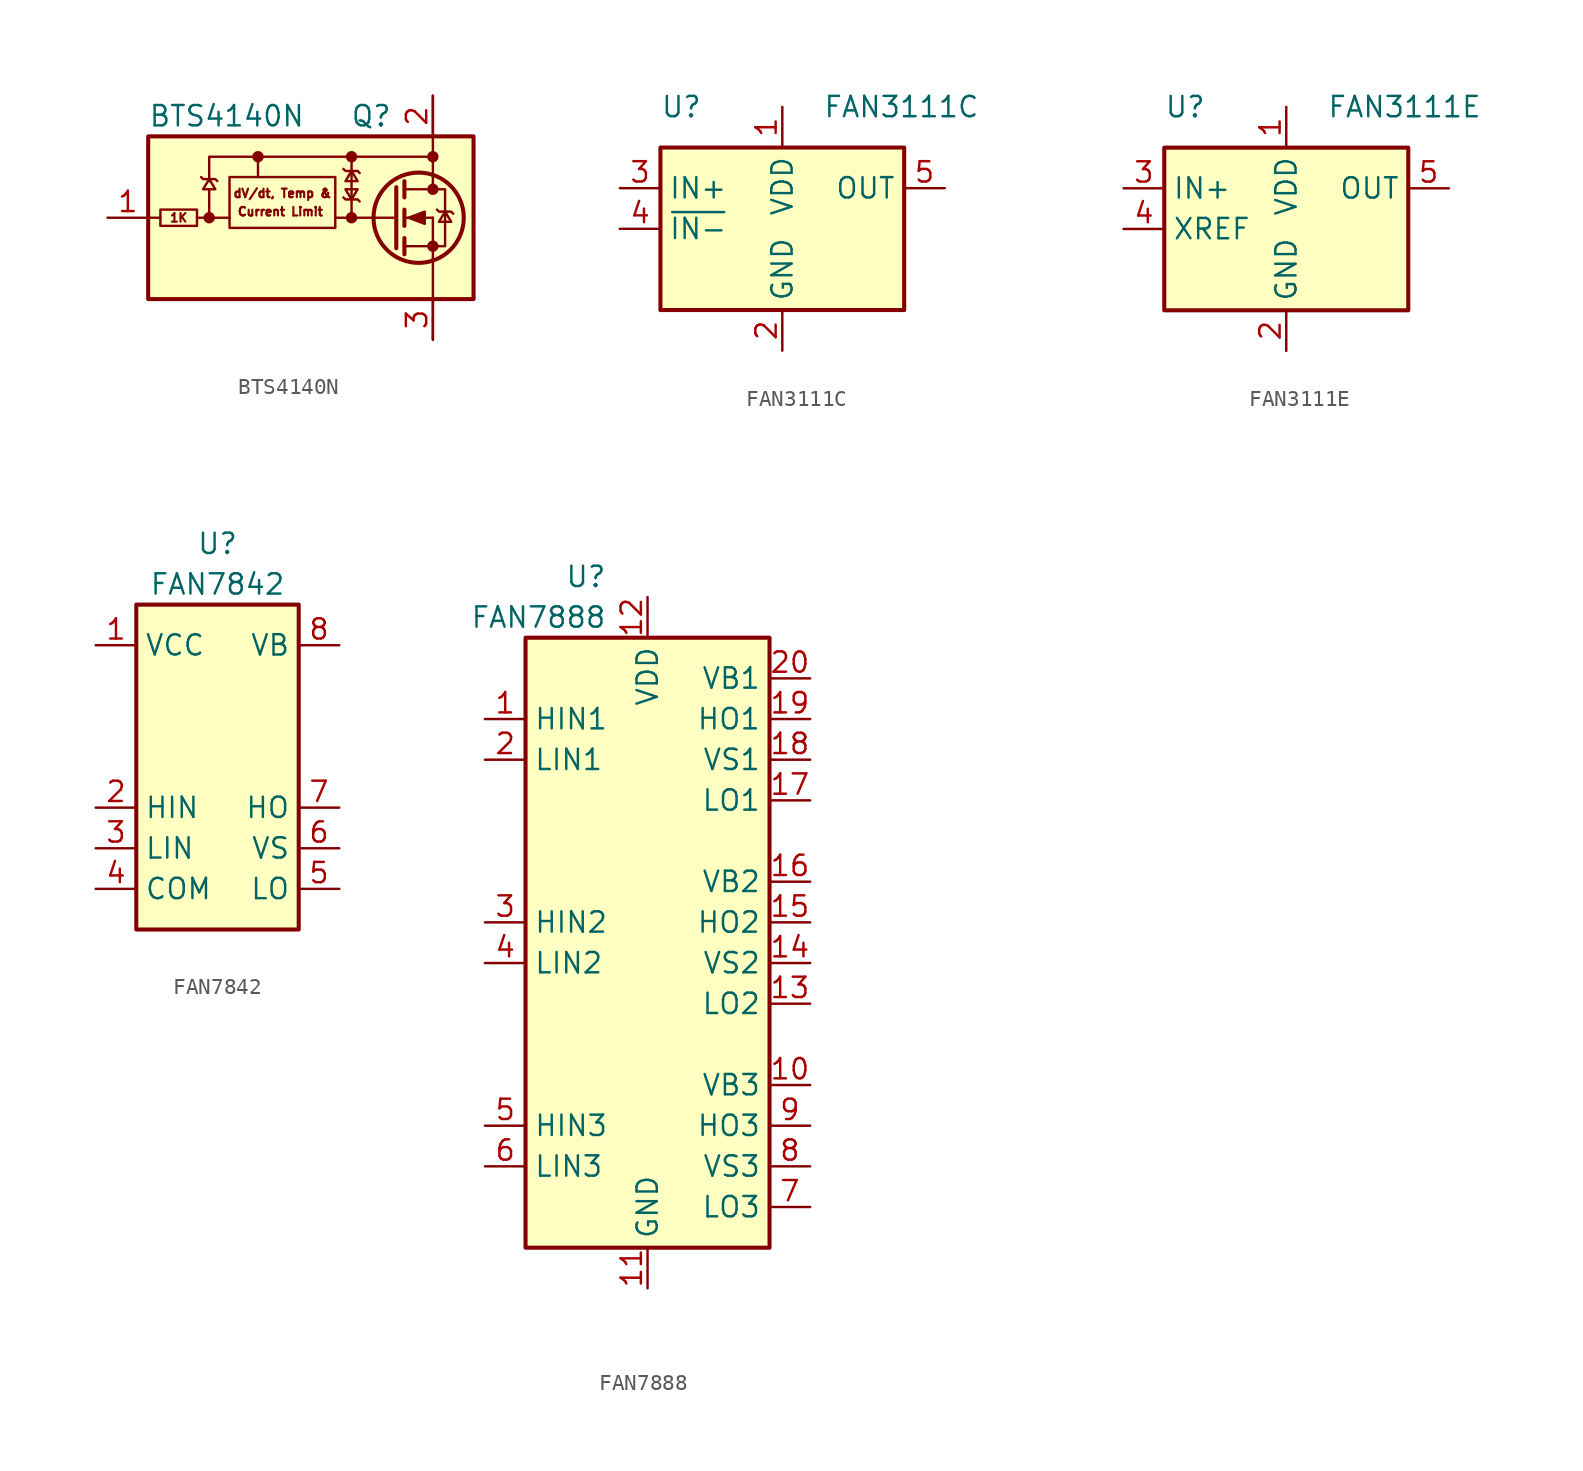
<source format=kicad_sym>
(kicad_symbol_lib
  (version 20231120)
  (generator "kicad_symbol_editor")
  (generator_version "8.0")
  (symbol "BTS4140N"
    (pin_names
      (offset 0) hide)
    (property "Reference" "Q"
      (at 5.08 6.35 0)
      (effects (font (size 1.27 1.27)) (justify right)))
    (property "Value" "BTS4140N"
      (at -10.16 6.35 0)
      (effects (font (size 1.27 1.27)) (justify left)))
    (symbol "BTS4140N_0_0"
      (polyline (pts (xy 7.62 -2.54) (xy 7.62 -7.62)) (stroke (width 0) (type default)) (fill (type none)))
      (polyline (pts (xy 7.62 2.54) (xy 7.62 7.62)) (stroke (width 0) (type default)) (fill (type none)))
      (polyline (pts (xy 2.54 0) (xy 2.54 3.81) (xy 7.62 3.81)) (stroke (width 0) (type default)) (fill (type none))))
    (symbol "BTS4140N_0_1"
      (rectangle (start -9.398 0.508) (end -7.112 -0.508) (stroke (width 0) (type default)) (fill (type none)))
      (polyline (pts (xy -9.398 0) (xy -10.16 0)) (stroke (width 0) (type default)) (fill (type none)))
      (polyline (pts (xy -7.112 0) (xy -5.08 0)) (stroke (width 0) (type default)) (fill (type none)))
      (polyline (pts (xy -6.35 0) (xy -6.35 1.778)) (stroke (width 0) (type default)) (fill (type none)))
      (polyline (pts (xy -3.302 3.81) (xy -3.302 2.54)) (stroke (width 0) (type default)) (fill (type none)))
      (polyline (pts (xy -6.35 2.286) (xy -6.35 3.81) (xy 2.54 3.81)) (stroke (width 0) (type default)) (fill (type none))))
    (symbol "BTS4140N_1_0"
      (rectangle (start -10.16 5.08) (end 10.16 -5.08) (stroke (width 0.254) (type default)) (fill (type background))))
    (symbol "BTS4140N_1_1"
      (circle (center -6.35 0) (radius 0.279) (stroke (width 0) (type default)) (fill (type outline)))
      (rectangle (start -5.08 2.54) (end 1.524 -0.635) (stroke (width 0) (type default)) (fill (type none)))
      (circle (center -3.302 3.81) (radius 0.279) (stroke (width 0) (type default)) (fill (type outline)))
      (polyline (pts (xy 2.54 0) (xy 1.524 0)) (stroke (width 0) (type default)) (fill (type none)))
      (polyline (pts (xy 2.54 0) (xy 5.334 0)) (stroke (width 0) (type default)) (fill (type none)))
      (polyline (pts (xy 5.842 -1.778) (xy 7.62 -1.778)) (stroke (width 0) (type default)) (fill (type none)))
      (polyline (pts (xy 5.842 -1.27) (xy 5.842 -2.286)) (stroke (width 0.254) (type default)) (fill (type none)))
      (polyline (pts (xy 5.842 0) (xy 7.62 0)) (stroke (width 0) (type default)) (fill (type none)))
      (polyline (pts (xy 5.842 0.508) (xy 5.842 -0.508)) (stroke (width 0.254) (type default)) (fill (type none)))
      (polyline (pts (xy 5.842 1.778) (xy 7.62 1.778)) (stroke (width 0) (type default)) (fill (type none)))
      (polyline (pts (xy 5.842 2.286) (xy 5.842 1.27)) (stroke (width 0.254) (type default)) (fill (type none)))
      (polyline (pts (xy 7.62 -1.778) (xy 7.62 -2.54)) (stroke (width 0) (type default)) (fill (type none)))
      (polyline (pts (xy 7.62 -1.778) (xy 7.62 0)) (stroke (width 0) (type default)) (fill (type none)))
      (polyline (pts (xy 7.62 2.54) (xy 7.62 1.778)) (stroke (width 0) (type default)) (fill (type none)))
      (polyline (pts (xy 5.334 1.905) (xy 5.334 -1.905) (xy 5.334 -1.905)) (stroke (width 0.254) (type default)) (fill (type none)))
      (polyline (pts (xy -6.858 2.54) (xy -6.731 2.413) (xy -5.969 2.413) (xy -5.842 2.286)) (stroke (width 0) (type default)) (fill (type none)))
      (polyline (pts (xy -6.35 2.413) (xy -6.731 1.778) (xy -5.969 1.778) (xy -6.35 2.413)) (stroke (width 0) (type default)) (fill (type none)))
      (polyline (pts (xy 2.032 3.048) (xy 2.159 2.921) (xy 2.921 2.921) (xy 3.048 2.794)) (stroke (width 0) (type default)) (fill (type none)))
      (polyline (pts (xy 2.54 1.143) (xy 2.921 1.778) (xy 2.159 1.778) (xy 2.54 1.143)) (stroke (width 0) (type default)) (fill (type none)))
      (polyline (pts (xy 2.54 2.921) (xy 2.159 2.286) (xy 2.921 2.286) (xy 2.54 2.921)) (stroke (width 0) (type default)) (fill (type none)))
      (polyline (pts (xy 3.048 1.016) (xy 2.921 1.143) (xy 2.159 1.143) (xy 2.032 1.27)) (stroke (width 0) (type default)) (fill (type none)))
      (polyline (pts (xy 6.096 0) (xy 7.112 0.381) (xy 7.112 -0.381) (xy 6.096 0)) (stroke (width 0) (type default)) (fill (type outline)))
      (polyline (pts (xy 7.62 -1.778) (xy 8.382 -1.778) (xy 8.382 1.778) (xy 7.62 1.778)) (stroke (width 0) (type default)) (fill (type none)))
      (polyline (pts (xy 7.874 0.508) (xy 8.001 0.381) (xy 8.763 0.381) (xy 8.89 0.254)) (stroke (width 0) (type default)) (fill (type none)))
      (polyline (pts (xy 8.382 0.381) (xy 8.001 -0.254) (xy 8.763 -0.254) (xy 8.382 0.381)) (stroke (width 0) (type default)) (fill (type none)))
      (circle (center 2.54 0) (radius 0.279) (stroke (width 0) (type default)) (fill (type outline)))
      (circle (center 2.54 3.81) (radius 0.279) (stroke (width 0) (type default)) (fill (type outline)))
      (circle (center 6.731 0) (radius 2.819) (stroke (width 0.254) (type default)) (fill (type none)))
      (circle (center 7.62 -1.778) (radius 0.279) (stroke (width 0) (type default)) (fill (type outline)))
      (circle (center 7.62 1.778) (radius 0.279) (stroke (width 0) (type default)) (fill (type outline)))
      (circle (center 7.62 3.81) (radius 0.279) (stroke (width 0) (type default)) (fill (type outline)))
      (text "1K" (at -8.255 0 0) (effects (font (size 0.533 0.533))))
      (text "Current Limit" (at -1.905 0.381 0) (effects (font (size 0.533 0.533))))
      (text "dV/dt, Temp &" (at -1.778 1.524 0) (effects (font (size 0.533 0.533))))
      (pin input line (at -12.7 0 0) (length 2.54) (name "G" (effects (font (size 1.27 1.27)))) (number "1" (effects (font (size 1.27 1.27)))))
      (pin passive line (at 7.62 7.62 270) (length 2.54) (name "D" (effects (font (size 1.27 1.27)))) (number "2" (effects (font (size 1.27 1.27)))))
      (pin passive line (at 7.62 -7.62 90) (length 2.54) (name "S" (effects (font (size 1.27 1.27)))) (number "3" (effects (font (size 1.27 1.27)))))
      (pin passive line (at 7.62 7.62 270) (length 2.54) hide (name "D" (effects (font (size 1.27 1.27)))) (number "4" (effects (font (size 1.27 1.27)))))))
  (symbol "FAN3111C"
    (property "Reference" "U"
      (at -7.62 7.62 0)
      (effects (font (size 1.27 1.27)) (justify left)))
    (property "Value" "FAN3111C"
      (at 2.54 7.62 0)
      (effects (font (size 1.27 1.27)) (justify left)))
    (symbol "FAN3111C_0_1"
      (rectangle (start -7.62 5.08) (end 7.62 -5.08) (stroke (width 0.254) (type default)) (fill (type background))))
    (symbol "FAN3111C_1_1"
      (pin power_in line (at 0 7.62 270) (length 2.54) (name "VDD" (effects (font (size 1.27 1.27)))) (number "1" (effects (font (size 1.27 1.27)))))
      (pin power_in line (at 0 -7.62 90) (length 2.54) (name "GND" (effects (font (size 1.27 1.27)))) (number "2" (effects (font (size 1.27 1.27)))))
      (pin input line (at -10.16 2.54 0) (length 2.54) (name "IN+" (effects (font (size 1.27 1.27)))) (number "3" (effects (font (size 1.27 1.27)))))
      (pin input line (at -10.16 0 0) (length 2.54) (name "~{IN-}" (effects (font (size 1.27 1.27)))) (number "4" (effects (font (size 1.27 1.27)))))
      (pin output line (at 10.16 2.54 180) (length 2.54) (name "OUT" (effects (font (size 1.27 1.27)))) (number "5" (effects (font (size 1.27 1.27)))))))
  (symbol "FAN3111E"
    (property "Reference" "U"
      (at -7.62 7.62 0)
      (effects (font (size 1.27 1.27)) (justify left)))
    (property "Value" "FAN3111E"
      (at 2.54 7.62 0)
      (effects (font (size 1.27 1.27)) (justify left)))
    (symbol "FAN3111E_0_1"
      (rectangle (start -7.62 5.08) (end 7.62 -5.08) (stroke (width 0.254) (type default)) (fill (type background))))
    (symbol "FAN3111E_1_1"
      (pin power_in line (at 0 7.62 270) (length 2.54) (name "VDD" (effects (font (size 1.27 1.27)))) (number "1" (effects (font (size 1.27 1.27)))))
      (pin power_in line (at 0 -7.62 90) (length 2.54) (name "GND" (effects (font (size 1.27 1.27)))) (number "2" (effects (font (size 1.27 1.27)))))
      (pin input line (at -10.16 2.54 0) (length 2.54) (name "IN+" (effects (font (size 1.27 1.27)))) (number "3" (effects (font (size 1.27 1.27)))))
      (pin input line (at -10.16 0 0) (length 2.54) (name "XREF" (effects (font (size 1.27 1.27)))) (number "4" (effects (font (size 1.27 1.27)))))
      (pin output line (at 10.16 2.54 180) (length 2.54) (name "OUT" (effects (font (size 1.27 1.27)))) (number "5" (effects (font (size 1.27 1.27)))))))
  (symbol "FAN7842"
    (property "Reference" "U"
      (at 0 13.97 0)
      (effects (font (size 1.27 1.27))))
    (property "Value" "FAN7842"
      (at 0 11.43 0)
      (effects (font (size 1.27 1.27))))
    (symbol "FAN7842_0_1"
      (rectangle (start -5.08 10.16) (end 5.08 -10.16) (stroke (width 0.254) (type default)) (fill (type background))))
    (symbol "FAN7842_1_1"
      (pin power_in line (at -7.62 7.62 0) (length 2.54) (name "VCC" (effects (font (size 1.27 1.27)))) (number "1" (effects (font (size 1.27 1.27)))))
      (pin input line (at -7.62 -2.54 0) (length 2.54) (name "HIN" (effects (font (size 1.27 1.27)))) (number "2" (effects (font (size 1.27 1.27)))))
      (pin input line (at -7.62 -5.08 0) (length 2.54) (name "LIN" (effects (font (size 1.27 1.27)))) (number "3" (effects (font (size 1.27 1.27)))))
      (pin power_in line (at -7.62 -7.62 0) (length 2.54) (name "COM" (effects (font (size 1.27 1.27)))) (number "4" (effects (font (size 1.27 1.27)))))
      (pin output line (at 7.62 -7.62 180) (length 2.54) (name "LO" (effects (font (size 1.27 1.27)))) (number "5" (effects (font (size 1.27 1.27)))))
      (pin passive line (at 7.62 -5.08 180) (length 2.54) (name "VS" (effects (font (size 1.27 1.27)))) (number "6" (effects (font (size 1.27 1.27)))))
      (pin output line (at 7.62 -2.54 180) (length 2.54) (name "HO" (effects (font (size 1.27 1.27)))) (number "7" (effects (font (size 1.27 1.27)))))
      (pin passive line (at 7.62 7.62 180) (length 2.54) (name "VB" (effects (font (size 1.27 1.27)))) (number "8" (effects (font (size 1.27 1.27)))))))
  (symbol "FAN7888"
    (property "Reference" "U"
      (at -2.54 24.13 0)
      (effects (font (size 1.27 1.27)) (justify right)))
    (property "Value" "FAN7888"
      (at -2.54 21.59 0)
      (effects (font (size 1.27 1.27)) (justify right)))
    (symbol "FAN7888_0_1"
      (rectangle (start -7.62 20.32) (end 7.62 -17.78) (stroke (width 0.254) (type default)) (fill (type background))))
    (symbol "FAN7888_1_1"
      (pin input line (at -10.16 15.24 0) (length 2.54) (name "HIN1" (effects (font (size 1.27 1.27)))) (number "1" (effects (font (size 1.27 1.27)))))
      (pin passive line (at 10.16 -7.62 180) (length 2.54) (name "VB3" (effects (font (size 1.27 1.27)))) (number "10" (effects (font (size 1.27 1.27)))))
      (pin power_in line (at 0 -20.32 90) (length 2.54) (name "GND" (effects (font (size 1.27 1.27)))) (number "11" (effects (font (size 1.27 1.27)))))
      (pin power_in line (at 0 22.86 270) (length 2.54) (name "VDD" (effects (font (size 1.27 1.27)))) (number "12" (effects (font (size 1.27 1.27)))))
      (pin output line (at 10.16 -2.54 180) (length 2.54) (name "LO2" (effects (font (size 1.27 1.27)))) (number "13" (effects (font (size 1.27 1.27)))))
      (pin passive line (at 10.16 0 180) (length 2.54) (name "VS2" (effects (font (size 1.27 1.27)))) (number "14" (effects (font (size 1.27 1.27)))))
      (pin output line (at 10.16 2.54 180) (length 2.54) (name "HO2" (effects (font (size 1.27 1.27)))) (number "15" (effects (font (size 1.27 1.27)))))
      (pin passive line (at 10.16 5.08 180) (length 2.54) (name "VB2" (effects (font (size 1.27 1.27)))) (number "16" (effects (font (size 1.27 1.27)))))
      (pin output line (at 10.16 10.16 180) (length 2.54) (name "LO1" (effects (font (size 1.27 1.27)))) (number "17" (effects (font (size 1.27 1.27)))))
      (pin passive line (at 10.16 12.7 180) (length 2.54) (name "VS1" (effects (font (size 1.27 1.27)))) (number "18" (effects (font (size 1.27 1.27)))))
      (pin output line (at 10.16 15.24 180) (length 2.54) (name "HO1" (effects (font (size 1.27 1.27)))) (number "19" (effects (font (size 1.27 1.27)))))
      (pin input line (at -10.16 12.7 0) (length 2.54) (name "LIN1" (effects (font (size 1.27 1.27)))) (number "2" (effects (font (size 1.27 1.27)))))
      (pin passive line (at 10.16 17.78 180) (length 2.54) (name "VB1" (effects (font (size 1.27 1.27)))) (number "20" (effects (font (size 1.27 1.27)))))
      (pin input line (at -10.16 2.54 0) (length 2.54) (name "HIN2" (effects (font (size 1.27 1.27)))) (number "3" (effects (font (size 1.27 1.27)))))
      (pin input line (at -10.16 0 0) (length 2.54) (name "LIN2" (effects (font (size 1.27 1.27)))) (number "4" (effects (font (size 1.27 1.27)))))
      (pin input line (at -10.16 -10.16 0) (length 2.54) (name "HIN3" (effects (font (size 1.27 1.27)))) (number "5" (effects (font (size 1.27 1.27)))))
      (pin input line (at -10.16 -12.7 0) (length 2.54) (name "LIN3" (effects (font (size 1.27 1.27)))) (number "6" (effects (font (size 1.27 1.27)))))
      (pin output line (at 10.16 -15.24 180) (length 2.54) (name "LO3" (effects (font (size 1.27 1.27)))) (number "7" (effects (font (size 1.27 1.27)))))
      (pin passive line (at 10.16 -12.7 180) (length 2.54) (name "VS3" (effects (font (size 1.27 1.27)))) (number "8" (effects (font (size 1.27 1.27)))))
      (pin output line (at 10.16 -10.16 180) (length 2.54) (name "HO3" (effects (font (size 1.27 1.27)))) (number "9" (effects (font (size 1.27 1.27))))))))
</source>
